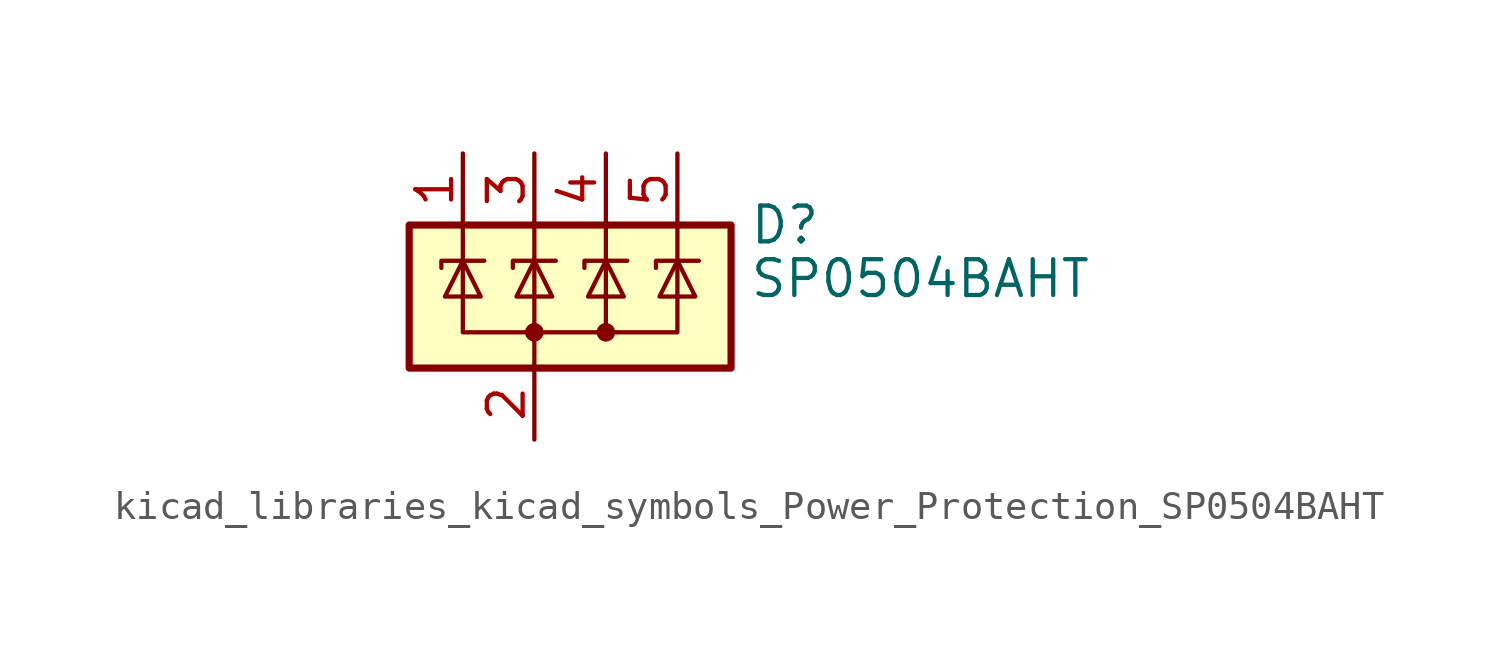
<source format=kicad_sym>
(kicad_symbol_lib
  (version 20220914)
  (generator kicad_symbol_editor)
  (symbol "kicad_libraries_kicad_symbols_Power_Protection_SP0504BAHT"
    (pin_names hide)
    (property "Reference" "D"
      (at 7.62 2.54 0)
      (effects (font (size 1.27 1.27)) (justify left)))
    (property "Value" "SP0504BAHT"
      (at 7.62 0.635 0)
      (effects (font (size 1.27 1.27)) (justify left)))
    (symbol "kicad_libraries_kicad_symbols_Power_Protection_SP0504BAHT_0_0"
      (pin passive line (at 0 -5.08 90) (length 2.54) (name "A" (effects (font (size 1.27 1.27)))) (number "2" (effects (font (size 1.27 1.27))))))
    (symbol "kicad_libraries_kicad_symbols_Power_Protection_SP0504BAHT_0_1"
      (rectangle (start -4.445 2.54) (end 6.985 -2.54) (stroke (width 0.254) (type default)) (fill (type background)))
      (circle (center 0 -1.27) (radius 0.254) (stroke (width 0) (type default)) (fill (type outline)))
      (polyline (pts (xy -2.54 2.54) (xy -2.54 1.27)) (stroke (width 0) (type default)) (fill (type none)))
      (polyline (pts (xy 0 -1.27) (xy 0 -2.54)) (stroke (width 0) (type default)) (fill (type none)))
      (polyline (pts (xy 0 -1.27) (xy 0 1.27)) (stroke (width 0) (type default)) (fill (type none)))
      (polyline (pts (xy 0 2.54) (xy 0 1.27)) (stroke (width 0) (type default)) (fill (type none)))
      (polyline (pts (xy 2.54 2.54) (xy 2.54 1.27)) (stroke (width 0) (type default)) (fill (type none)))
      (polyline (pts (xy 5.08 2.54) (xy 5.08 1.27)) (stroke (width 0) (type default)) (fill (type none)))
      (polyline (pts (xy -3.302 1.016) (xy -3.302 1.27) (xy -1.778 1.27)) (stroke (width 0) (type default)) (fill (type none)))
      (polyline (pts (xy 0.762 1.27) (xy -0.762 1.27) (xy -0.762 1.016)) (stroke (width 0) (type default)) (fill (type none)))
      (polyline (pts (xy 5.08 1.27) (xy 5.08 -1.27) (xy 2.54 -1.27)) (stroke (width 0) (type default)) (fill (type none)))
      (polyline (pts (xy -2.54 1.27) (xy -2.54 -1.27) (xy 2.54 -1.27) (xy 2.54 1.27)) (stroke (width 0) (type default)) (fill (type none)))
      (polyline (pts (xy -2.54 1.27) (xy -1.905 0) (xy -3.175 0) (xy -2.54 1.27)) (stroke (width 0) (type default)) (fill (type none)))
      (polyline (pts (xy 0.635 0) (xy -0.635 0) (xy 0 1.27) (xy 0.635 0)) (stroke (width 0) (type default)) (fill (type none)))
      (polyline (pts (xy 1.778 1.016) (xy 1.778 1.27) (xy 3.175 1.27) (xy 3.302 1.27)) (stroke (width 0) (type default)) (fill (type none)))
      (polyline (pts (xy 2.54 1.27) (xy 1.905 0) (xy 3.175 0) (xy 2.54 1.27)) (stroke (width 0) (type default)) (fill (type none)))
      (polyline (pts (xy 4.318 1.016) (xy 4.318 1.27) (xy 5.715 1.27) (xy 5.842 1.27)) (stroke (width 0) (type default)) (fill (type none)))
      (polyline (pts (xy 5.08 1.27) (xy 4.445 0) (xy 5.715 0) (xy 5.08 1.27)) (stroke (width 0) (type default)) (fill (type none)))
      (circle (center 2.54 -1.27) (radius 0.254) (stroke (width 0) (type default)) (fill (type outline))))
    (symbol "kicad_libraries_kicad_symbols_Power_Protection_SP0504BAHT_1_1"
      (pin passive line (at -2.54 5.08 270) (length 2.54) (name "K" (effects (font (size 1.27 1.27)))) (number "1" (effects (font (size 1.27 1.27)))))
      (pin passive line (at 0 5.08 270) (length 2.54) (name "K" (effects (font (size 1.27 1.27)))) (number "3" (effects (font (size 1.27 1.27)))))
      (pin passive line (at 2.54 5.08 270) (length 2.54) (name "K" (effects (font (size 1.27 1.27)))) (number "4" (effects (font (size 1.27 1.27)))))
      (pin passive line (at 5.08 5.08 270) (length 2.54) (name "K" (effects (font (size 1.27 1.27)))) (number "5" (effects (font (size 1.27 1.27))))))))
</source>
